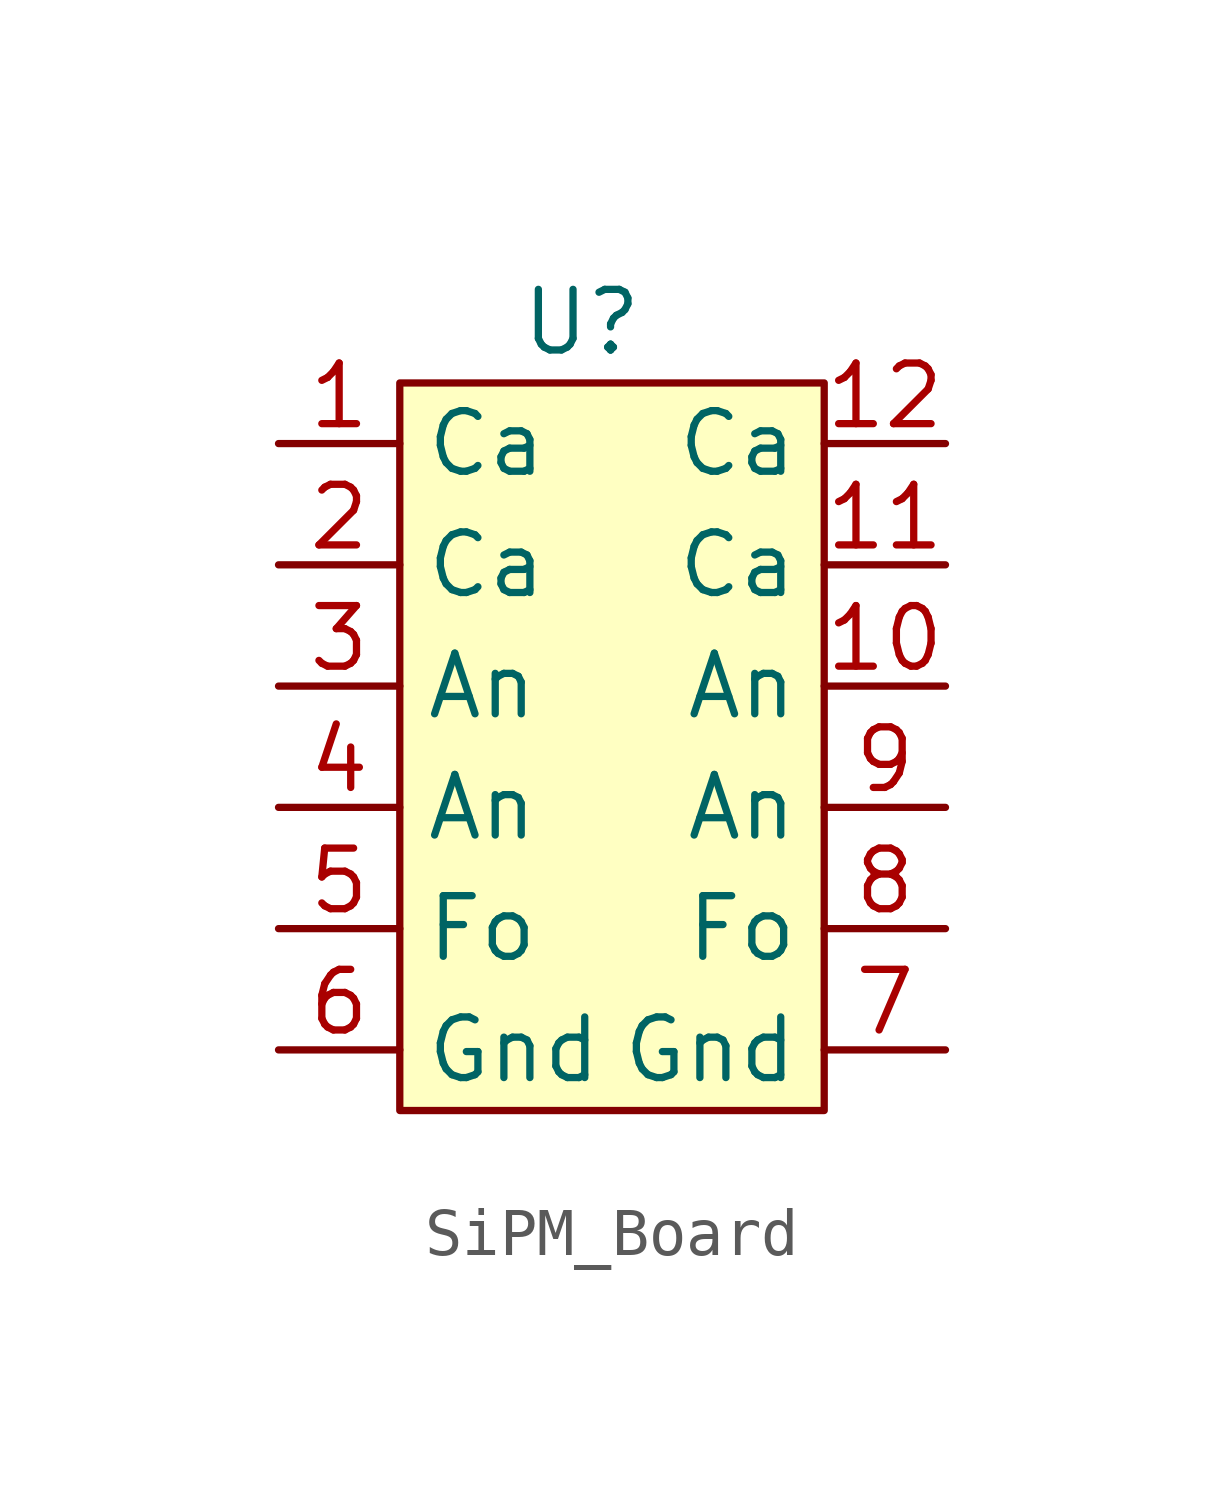
<source format=kicad_sym>
(kicad_symbol_lib
  (version 20220914)
  (generator kicad_symbol_editor)
  (symbol "SiPM_Board"
    (property "Reference" "U"
      (at 0 0 0)
      (effects (font (size 1.27 1.27))))
    (property "Value" ""
      (at 0 0 0)
      (effects (font (size 1.27 1.27))))
    (symbol "SiPM_Board_1_1"
      (rectangle (start -3.81 -1.27) (end 5.08 -16.51) (stroke (width 0) (type default)) (fill (type background)))
      (pin input line (at -6.35 -2.54 0) (length 2.54) (name "Ca" (effects (font (size 1.27 1.27)))) (number "1" (effects (font (size 1.27 1.27)))))
      (pin input line (at 7.62 -7.62 180) (length 2.54) (name "An" (effects (font (size 1.27 1.27)))) (number "10" (effects (font (size 1.27 1.27)))))
      (pin input line (at 7.62 -5.08 180) (length 2.54) (name "Ca" (effects (font (size 1.27 1.27)))) (number "11" (effects (font (size 1.27 1.27)))))
      (pin input line (at 7.62 -2.54 180) (length 2.54) (name "Ca" (effects (font (size 1.27 1.27)))) (number "12" (effects (font (size 1.27 1.27)))))
      (pin input line (at -6.35 -5.08 0) (length 2.54) (name "Ca" (effects (font (size 1.27 1.27)))) (number "2" (effects (font (size 1.27 1.27)))))
      (pin input line (at -6.35 -7.62 0) (length 2.54) (name "An" (effects (font (size 1.27 1.27)))) (number "3" (effects (font (size 1.27 1.27)))))
      (pin input line (at -6.35 -10.16 0) (length 2.54) (name "An" (effects (font (size 1.27 1.27)))) (number "4" (effects (font (size 1.27 1.27)))))
      (pin input line (at -6.35 -12.7 0) (length 2.54) (name "Fo" (effects (font (size 1.27 1.27)))) (number "5" (effects (font (size 1.27 1.27)))))
      (pin input line (at -6.35 -15.24 0) (length 2.54) (name "Gnd" (effects (font (size 1.27 1.27)))) (number "6" (effects (font (size 1.27 1.27)))))
      (pin input line (at 7.62 -15.24 180) (length 2.54) (name "Gnd" (effects (font (size 1.27 1.27)))) (number "7" (effects (font (size 1.27 1.27)))))
      (pin input line (at 7.62 -12.7 180) (length 2.54) (name "Fo" (effects (font (size 1.27 1.27)))) (number "8" (effects (font (size 1.27 1.27)))))
      (pin input line (at 7.62 -10.16 180) (length 2.54) (name "An" (effects (font (size 1.27 1.27)))) (number "9" (effects (font (size 1.27 1.27))))))))
</source>
